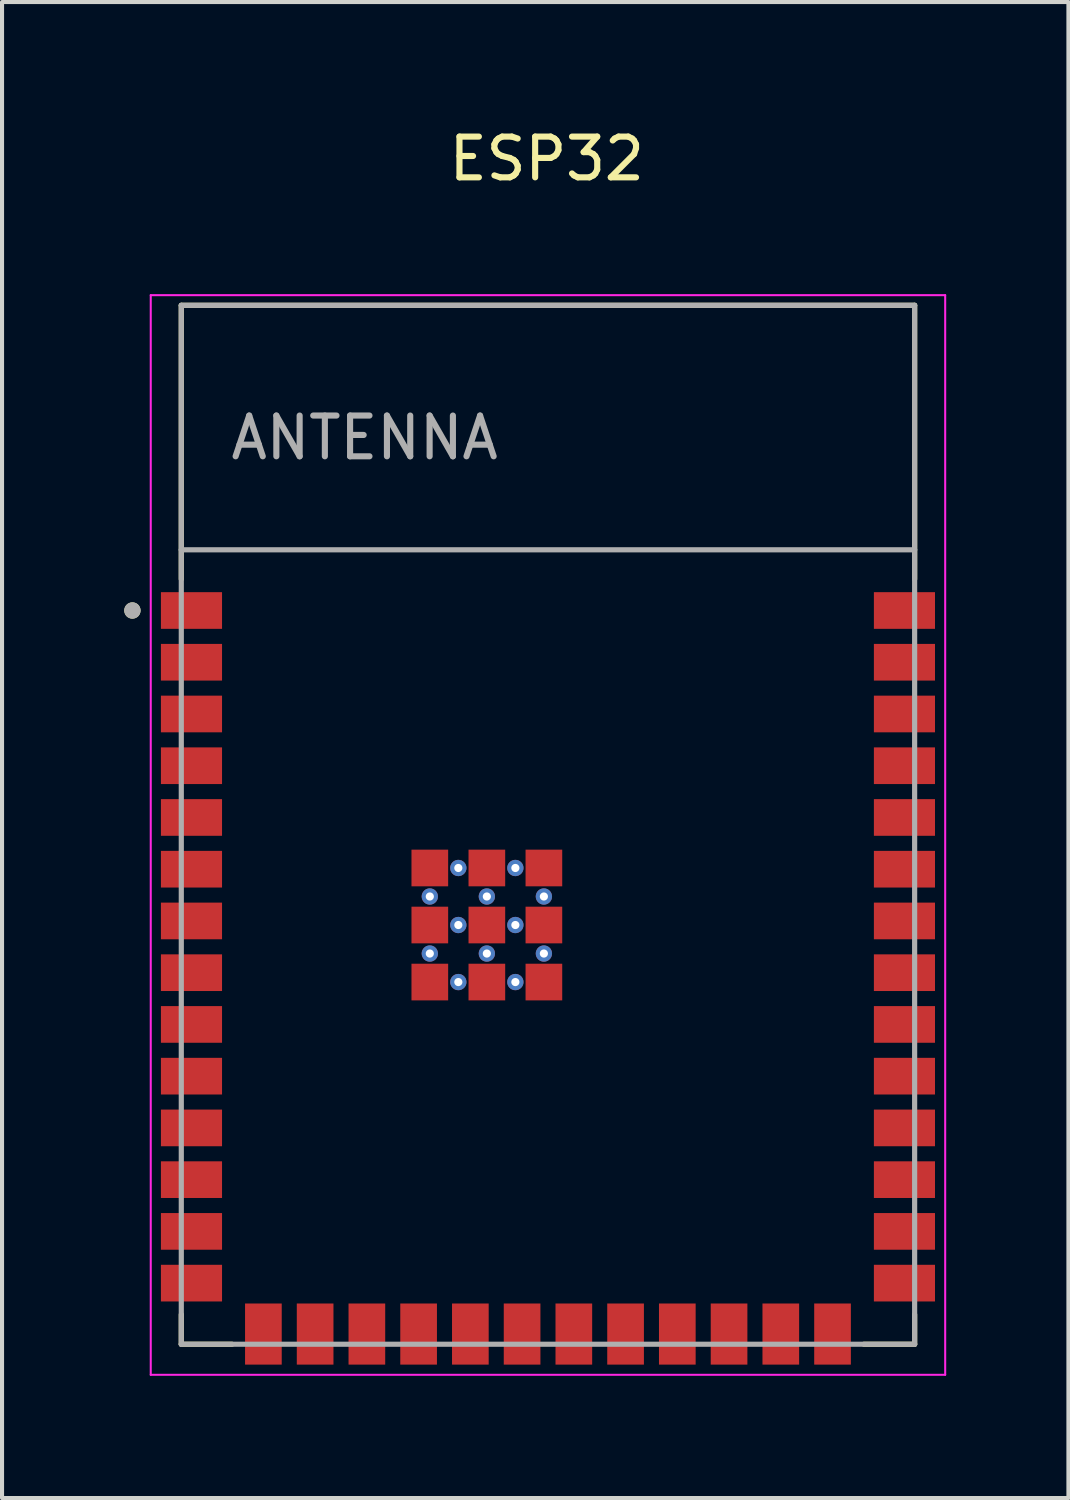
<source format=kicad_pcb>
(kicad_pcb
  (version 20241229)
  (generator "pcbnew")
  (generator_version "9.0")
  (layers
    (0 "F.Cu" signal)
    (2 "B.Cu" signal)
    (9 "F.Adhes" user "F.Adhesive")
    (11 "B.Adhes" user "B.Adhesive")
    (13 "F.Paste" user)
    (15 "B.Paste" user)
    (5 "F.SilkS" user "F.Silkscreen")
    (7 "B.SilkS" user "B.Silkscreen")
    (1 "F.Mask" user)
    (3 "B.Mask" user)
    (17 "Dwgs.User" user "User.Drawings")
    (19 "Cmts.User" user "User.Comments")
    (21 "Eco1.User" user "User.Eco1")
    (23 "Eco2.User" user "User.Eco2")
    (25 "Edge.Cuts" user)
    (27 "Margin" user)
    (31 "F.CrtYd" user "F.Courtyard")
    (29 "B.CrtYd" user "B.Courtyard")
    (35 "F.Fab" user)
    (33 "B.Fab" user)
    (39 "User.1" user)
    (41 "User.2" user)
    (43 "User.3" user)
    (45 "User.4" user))
  (footprint "ESP32"
    (layer "F.Cu")
    (at 9.888 18.909)
    (property "Reference" "ESP32" (at 0.483 -18.061 0) (unlocked yes) (layer "F.SilkS") (effects (font (size 1 1) (thickness 0.15))))
    (attr smd)
    (fp_line (start -8.488 -14.464) (end 9.512 -14.464) (stroke (width 0.127) (type solid)) (layer "F.SilkS"))
    (fp_line (start -8.488 -7.744) (end -8.488 -14.464) (stroke (width 0.127) (type solid)) (layer "F.SilkS"))
    (fp_line (start -8.488 10.306) (end -8.488 11.036) (stroke (width 0.127) (type solid)) (layer "F.SilkS"))
    (fp_line (start -8.488 11.036) (end -7.243 11.036) (stroke (width 0.127) (type solid)) (layer "F.SilkS"))
    (fp_line (start 9.512 -14.464) (end 9.512 -7.744) (stroke (width 0.127) (type solid)) (layer "F.SilkS"))
    (fp_line (start 9.512 10.306) (end 9.512 11.036) (stroke (width 0.127) (type solid)) (layer "F.SilkS"))
    (fp_line (start 9.512 11.036) (end 8.267 11.036) (stroke (width 0.127) (type solid)) (layer "F.SilkS"))
    (fp_circle (center -9.688 -6.974) (end -9.588 -6.974) (stroke (width 0.2) (type solid)) (fill no) (layer "F.SilkS"))
    (fp_line (start -9.238 -14.714) (end 10.262 -14.714) (stroke (width 0.05) (type solid)) (layer "F.CrtYd"))
    (fp_line (start -9.238 11.786) (end -9.238 -14.714) (stroke (width 0.05) (type solid)) (layer "F.CrtYd"))
    (fp_line (start -9.238 11.786) (end 10.262 11.786) (stroke (width 0.05) (type solid)) (layer "F.CrtYd"))
    (fp_line (start 10.262 -14.714) (end 10.262 11.786) (stroke (width 0.05) (type solid)) (layer "F.CrtYd"))
    (fp_line (start -8.488 -14.464) (end 9.512 -14.464) (stroke (width 0.127) (type solid)) (layer "F.Fab"))
    (fp_line (start -8.488 -8.464) (end -8.488 -14.464) (stroke (width 0.127) (type solid)) (layer "F.Fab"))
    (fp_line (start -8.488 -8.464) (end 9.512 -8.464) (stroke (width 0.127) (type solid)) (layer "F.Fab"))
    (fp_line (start -8.488 11.036) (end -8.488 -8.464) (stroke (width 0.127) (type solid)) (layer "F.Fab"))
    (fp_line (start 9.512 -14.464) (end 9.512 -8.464) (stroke (width 0.127) (type solid)) (layer "F.Fab"))
    (fp_line (start 9.512 -8.464) (end 9.512 11.036) (stroke (width 0.127) (type solid)) (layer "F.Fab"))
    (fp_line (start 9.512 11.036) (end -8.488 11.036) (stroke (width 0.127) (type solid)) (layer "F.Fab"))
    (fp_circle (center -9.688 -6.974) (end -9.588 -6.974) (stroke (width 0.2) (type solid)) (fill no) (layer "F.Fab"))
    (fp_text user "ANTENNA" (at -3.988 -11.214 0) (layer "F.Fab") (effects (font (size 1 1) (thickness 0.15))))
    (pad "1" smd rect (at -8.238 -6.974) (size 1.5 0.9) (layers "F.Cu" "F.Mask" "F.Paste"))
    (pad "2" smd rect (at -8.238 -5.704) (size 1.5 0.9) (layers "F.Cu" "F.Mask" "F.Paste"))
    (pad "3" smd rect (at -8.238 -4.434) (size 1.5 0.9) (layers "F.Cu" "F.Mask" "F.Paste"))
    (pad "4" smd rect (at -8.238 -3.164) (size 1.5 0.9) (layers "F.Cu" "F.Mask" "F.Paste"))
    (pad "5" smd rect (at -8.238 -1.894) (size 1.5 0.9) (layers "F.Cu" "F.Mask" "F.Paste"))
    (pad "6" smd rect (at -8.238 -0.624) (size 1.5 0.9) (layers "F.Cu" "F.Mask" "F.Paste"))
    (pad "7" smd rect (at -8.238 0.646) (size 1.5 0.9) (layers "F.Cu" "F.Mask" "F.Paste"))
    (pad "8" smd rect (at -8.238 1.916) (size 1.5 0.9) (layers "F.Cu" "F.Mask" "F.Paste"))
    (pad "9" smd rect (at -8.238 3.186) (size 1.5 0.9) (layers "F.Cu" "F.Mask" "F.Paste"))
    (pad "10" smd rect (at -8.238 4.456) (size 1.5 0.9) (layers "F.Cu" "F.Mask" "F.Paste"))
    (pad "11" smd rect (at -8.238 5.726) (size 1.5 0.9) (layers "F.Cu" "F.Mask" "F.Paste"))
    (pad "12" smd rect (at -8.238 6.996) (size 1.5 0.9) (layers "F.Cu" "F.Mask" "F.Paste"))
    (pad "13" smd rect (at -8.238 8.266) (size 1.5 0.9) (layers "F.Cu" "F.Mask" "F.Paste"))
    (pad "14" smd rect (at -8.238 9.536) (size 1.5 0.9) (layers "F.Cu" "F.Mask" "F.Paste"))
    (pad "15" smd rect (at -6.473 10.786) (size 0.9 1.5) (layers "F.Cu" "F.Mask" "F.Paste"))
    (pad "16" smd rect (at -5.203 10.786) (size 0.9 1.5) (layers "F.Cu" "F.Mask" "F.Paste"))
    (pad "17" smd rect (at -3.933 10.786) (size 0.9 1.5) (layers "F.Cu" "F.Mask" "F.Paste"))
    (pad "18" smd rect (at -2.663 10.786) (size 0.9 1.5) (layers "F.Cu" "F.Mask" "F.Paste"))
    (pad "19" smd rect (at -1.393 10.786) (size 0.9 1.5) (layers "F.Cu" "F.Mask" "F.Paste"))
    (pad "20" smd rect (at -0.123 10.786) (size 0.9 1.5) (layers "F.Cu" "F.Mask" "F.Paste"))
    (pad "21" smd rect (at 1.147 10.786) (size 0.9 1.5) (layers "F.Cu" "F.Mask" "F.Paste"))
    (pad "22" smd rect (at 2.417 10.786) (size 0.9 1.5) (layers "F.Cu" "F.Mask" "F.Paste"))
    (pad "23" smd rect (at 3.687 10.786) (size 0.9 1.5) (layers "F.Cu" "F.Mask" "F.Paste"))
    (pad "24" smd rect (at 4.957 10.786) (size 0.9 1.5) (layers "F.Cu" "F.Mask" "F.Paste"))
    (pad "25" smd rect (at 6.227 10.786) (size 0.9 1.5) (layers "F.Cu" "F.Mask" "F.Paste"))
    (pad "26" smd rect (at 7.497 10.786) (size 0.9 1.5) (layers "F.Cu" "F.Mask" "F.Paste"))
    (pad "27" smd rect (at 9.262 9.536) (size 1.5 0.9) (layers "F.Cu" "F.Mask" "F.Paste"))
    (pad "28" smd rect (at 9.262 8.266) (size 1.5 0.9) (layers "F.Cu" "F.Mask" "F.Paste"))
    (pad "29" smd rect (at 9.262 6.996) (size 1.5 0.9) (layers "F.Cu" "F.Mask" "F.Paste"))
    (pad "30" smd rect (at 9.262 5.726) (size 1.5 0.9) (layers "F.Cu" "F.Mask" "F.Paste"))
    (pad "31" smd rect (at 9.262 4.456) (size 1.5 0.9) (layers "F.Cu" "F.Mask" "F.Paste"))
    (pad "32" smd rect (at 9.262 3.186) (size 1.5 0.9) (layers "F.Cu" "F.Mask" "F.Paste"))
    (pad "33" smd rect (at 9.262 1.916) (size 1.5 0.9) (layers "F.Cu" "F.Mask" "F.Paste"))
    (pad "34" smd rect (at 9.262 0.646) (size 1.5 0.9) (layers "F.Cu" "F.Mask" "F.Paste"))
    (pad "35" smd rect (at 9.262 -0.624) (size 1.5 0.9) (layers "F.Cu" "F.Mask" "F.Paste"))
    (pad "36" smd rect (at 9.262 -1.894) (size 1.5 0.9) (layers "F.Cu" "F.Mask" "F.Paste"))
    (pad "37" smd rect (at 9.262 -3.164) (size 1.5 0.9) (layers "F.Cu" "F.Mask" "F.Paste"))
    (pad "38" smd rect (at 9.262 -4.434) (size 1.5 0.9) (layers "F.Cu" "F.Mask" "F.Paste"))
    (pad "39" smd rect (at 9.262 -5.704) (size 1.5 0.9) (layers "F.Cu" "F.Mask" "F.Paste"))
    (pad "40" smd rect (at 9.262 -6.974) (size 1.5 0.9) (layers "F.Cu" "F.Mask" "F.Paste"))
    (pad "41_1" smd rect (at -0.988 0.746) (size 0.9 0.9) (layers "F.Cu" "F.Mask" "F.Paste"))
    (pad "41_2" smd rect (at -2.388 0.746) (size 0.9 0.9) (layers "F.Cu" "F.Mask" "F.Paste"))
    (pad "41_3" smd rect (at 0.412 0.746) (size 0.9 0.9) (layers "F.Cu" "F.Mask" "F.Paste"))
    (pad "41_4" smd rect (at -2.388 2.146) (size 0.9 0.9) (layers "F.Cu" "F.Mask" "F.Paste"))
    (pad "41_5" smd rect (at -0.988 2.146) (size 0.9 0.9) (layers "F.Cu" "F.Mask" "F.Paste"))
    (pad "41_6" smd rect (at 0.412 2.146) (size 0.9 0.9) (layers "F.Cu" "F.Mask" "F.Paste"))
    (pad "41_7" smd rect (at -2.388 -0.654) (size 0.9 0.9) (layers "F.Cu" "F.Mask" "F.Paste"))
    (pad "41_8" smd rect (at -0.988 -0.654) (size 0.9 0.9) (layers "F.Cu" "F.Mask" "F.Paste"))
    (pad "41_9" smd rect (at 0.412 -0.654) (size 0.9 0.9) (layers "F.Cu" "F.Mask" "F.Paste"))
    (pad "41_10" thru_hole circle (at -0.988 0.046) (size 0.4 0.4) (drill 0.2) (layers "*.Cu"))
    (pad "41_11" thru_hole circle (at -2.388 0.046) (size 0.4 0.4) (drill 0.2) (layers "*.Cu"))
    (pad "41_12" thru_hole circle (at 0.412 0.046) (size 0.4 0.4) (drill 0.2) (layers "*.Cu"))
    (pad "41_13" thru_hole circle (at -2.388 1.446) (size 0.4 0.4) (drill 0.2) (layers "*.Cu"))
    (pad "41_14" thru_hole circle (at -0.988 1.446) (size 0.4 0.4) (drill 0.2) (layers "*.Cu"))
    (pad "41_15" thru_hole circle (at 0.412 1.446) (size 0.4 0.4) (drill 0.2) (layers "*.Cu"))
    (pad "41_16" thru_hole circle (at -1.688 -0.654) (size 0.4 0.4) (drill 0.2) (layers "*.Cu"))
    (pad "41_17" thru_hole circle (at -0.288 -0.654) (size 0.4 0.4) (drill 0.2) (layers "*.Cu"))
    (pad "41_18" thru_hole circle (at -1.688 0.746) (size 0.4 0.4) (drill 0.2) (layers "*.Cu"))
    (pad "41_19" thru_hole circle (at -0.288 0.746) (size 0.4 0.4) (drill 0.2) (layers "*.Cu"))
    (pad "41_20" thru_hole circle (at -1.688 2.146) (size 0.4 0.4) (drill 0.2) (layers "*.Cu"))
    (pad "41_21" thru_hole circle (at -0.288 2.146) (size 0.4 0.4) (drill 0.2) (layers "*.Cu"))
    (zone (net_name "") (layer "F.Cu") (hatch full 0.508) (connect_pads) (min_thickness 0.01) (filled_areas_thickness no) (keepout (tracks not_allowed) (vias not_allowed) (pads not_allowed) (copperpour not_allowed) (footprints allowed)) (placement (enabled no)) (fill) (polygon (pts (xy 1.4 4.445) (xy 19.4 4.445) (xy 19.4 10.445) (xy 1.4 10.445))))
    (zone (net_name "") (layers "F.Cu" "B.Cu") (hatch full 0.508) (connect_pads) (min_thickness 0.01) (filled_areas_thickness no) (keepout (tracks allowed) (vias not_allowed) (pads allowed) (copperpour allowed) (footprints allowed)) (placement (enabled no)) (fill) (polygon (pts (xy 1.4 4.445) (xy 19.4 4.445) (xy 19.4 10.445) (xy 1.4 10.445))))
    (zone (net_name "") (layer "B.Cu") (hatch full 0.508) (connect_pads) (min_thickness 0.01) (filled_areas_thickness no) (keepout (tracks not_allowed) (vias not_allowed) (pads not_allowed) (copperpour not_allowed) (footprints allowed)) (placement (enabled no)) (fill) (polygon (pts (xy 1.4 4.445) (xy 19.4 4.445) (xy 19.4 10.445) (xy 1.4 10.445)))))
  (gr_rect
    (start -3 -3)
    (end 23.175 33.72)
    (stroke (width 0.1) (type default))
    (fill no)
    (layer "Edge.Cuts")))
</source>
